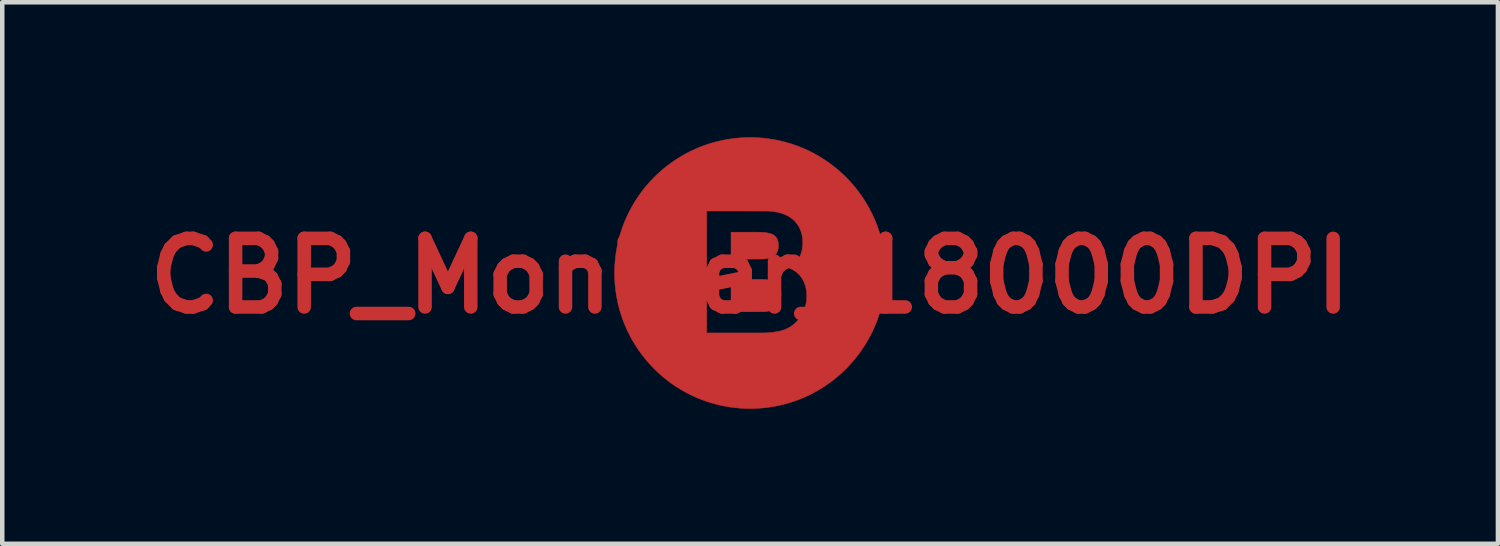
<source format=kicad_pcb>
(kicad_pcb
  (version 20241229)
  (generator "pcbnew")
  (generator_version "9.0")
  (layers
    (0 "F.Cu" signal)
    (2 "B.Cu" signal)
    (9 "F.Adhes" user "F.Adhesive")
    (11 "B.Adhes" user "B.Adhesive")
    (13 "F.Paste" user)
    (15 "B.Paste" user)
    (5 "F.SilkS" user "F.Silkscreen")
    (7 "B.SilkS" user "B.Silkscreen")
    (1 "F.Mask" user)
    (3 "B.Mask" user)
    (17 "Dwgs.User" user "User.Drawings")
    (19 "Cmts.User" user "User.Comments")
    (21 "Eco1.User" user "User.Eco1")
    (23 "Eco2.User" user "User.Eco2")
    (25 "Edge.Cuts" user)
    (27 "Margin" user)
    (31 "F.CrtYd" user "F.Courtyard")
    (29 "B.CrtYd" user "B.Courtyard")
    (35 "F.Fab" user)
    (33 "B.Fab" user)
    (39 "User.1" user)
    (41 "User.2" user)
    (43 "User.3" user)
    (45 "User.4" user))
  (footprint "CBP_Moniker_18000DPI"
    (layer "F.Cu")
    (at 13.614 3.08)
    (property "Reference" "CBP_Moniker_18000DPI" (at 0 0 0) (layer "F.Cu") (effects (font (size 1.524 1.524) (thickness 0.3))))
    (attr through_hole)
    (fp_poly (pts (xy -0.118 -0.972) (xy -0.086 -0.972) (xy -0.054 -0.972) (xy -0.023 -0.972) (xy 0.006 -0.972) (xy 0.034 -0.972) (xy 0.061 -0.972) (xy 0.086 -0.972) (xy 0.11 -0.972) (xy 0.132 -0.972) (xy 0.151 -0.972) (xy 0.169 -0.972) (xy 0.185 -0.971) (xy 0.198 -0.971) (xy 0.209 -0.971) (xy 0.217 -0.971) (xy 0.223 -0.971) (xy 0.223 -0.971) (xy 0.264 -0.969) (xy 0.303 -0.966) (xy 0.339 -0.962) (xy 0.373 -0.957) (xy 0.406 -0.951) (xy 0.437 -0.943) (xy 0.451 -0.94) (xy 0.464 -0.936) (xy 0.476 -0.932) (xy 0.486 -0.929) (xy 0.495 -0.925) (xy 0.503 -0.921) (xy 0.506 -0.919) (xy 0.528 -0.906) (xy 0.547 -0.892) (xy 0.564 -0.875) (xy 0.579 -0.857) (xy 0.592 -0.838) (xy 0.604 -0.816) (xy 0.613 -0.792) (xy 0.62 -0.767) (xy 0.626 -0.739) (xy 0.627 -0.731) (xy 0.628 -0.723) (xy 0.628 -0.714) (xy 0.628 -0.702) (xy 0.629 -0.69) (xy 0.629 -0.676) (xy 0.628 -0.663) (xy 0.628 -0.651) (xy 0.628 -0.639) (xy 0.627 -0.629) (xy 0.626 -0.622) (xy 0.621 -0.593) (xy 0.614 -0.567) (xy 0.606 -0.544) (xy 0.596 -0.522) (xy 0.584 -0.502) (xy 0.57 -0.484) (xy 0.554 -0.467) (xy 0.536 -0.453) (xy 0.516 -0.439) (xy 0.515 -0.439) (xy 0.492 -0.426) (xy 0.467 -0.415) (xy 0.441 -0.405) (xy 0.413 -0.396) (xy 0.383 -0.389) (xy 0.351 -0.383) (xy 0.317 -0.378) (xy 0.301 -0.377) (xy 0.299 -0.376) (xy 0.295 -0.376) (xy 0.289 -0.376) (xy 0.282 -0.376) (xy 0.274 -0.376) (xy 0.263 -0.376) (xy 0.251 -0.375) (xy 0.238 -0.375) (xy 0.222 -0.375) (xy 0.204 -0.375) (xy 0.184 -0.375) (xy 0.162 -0.375) (xy 0.138 -0.375) (xy 0.111 -0.375) (xy 0.082 -0.375) (xy 0.051 -0.375) (xy 0.017 -0.374) (xy -0.02 -0.374) (xy -0.059 -0.374) (xy -0.069 -0.374) (xy -0.423 -0.374) (xy -0.423 -0.972) (xy -0.118 -0.972)) (stroke (width 0.01) (type solid)) (fill yes) (layer "F.Cu"))
    (fp_poly (pts (xy -0.065 0.075) (xy -0.023 0.075) (xy 0.016 0.075) (xy 0.052 0.075) (xy 0.085 0.076) (xy 0.116 0.076) (xy 0.144 0.076) (xy 0.17 0.076) (xy 0.194 0.076) (xy 0.215 0.076) (xy 0.234 0.076) (xy 0.251 0.076) (xy 0.265 0.076) (xy 0.278 0.077) (xy 0.288 0.077) (xy 0.297 0.077) (xy 0.304 0.077) (xy 0.309 0.077) (xy 0.312 0.077) (xy 0.313 0.077) (xy 0.336 0.08) (xy 0.357 0.082) (xy 0.375 0.084) (xy 0.392 0.087) (xy 0.408 0.089) (xy 0.423 0.092) (xy 0.431 0.094) (xy 0.462 0.102) (xy 0.492 0.112) (xy 0.519 0.124) (xy 0.545 0.137) (xy 0.568 0.152) (xy 0.589 0.169) (xy 0.599 0.178) (xy 0.618 0.198) (xy 0.634 0.218) (xy 0.647 0.241) (xy 0.659 0.264) (xy 0.669 0.29) (xy 0.676 0.317) (xy 0.682 0.346) (xy 0.684 0.361) (xy 0.685 0.371) (xy 0.685 0.382) (xy 0.685 0.396) (xy 0.686 0.41) (xy 0.686 0.425) (xy 0.685 0.44) (xy 0.685 0.454) (xy 0.684 0.467) (xy 0.683 0.478) (xy 0.682 0.484) (xy 0.677 0.518) (xy 0.669 0.549) (xy 0.66 0.579) (xy 0.649 0.607) (xy 0.635 0.632) (xy 0.62 0.656) (xy 0.603 0.678) (xy 0.583 0.698) (xy 0.562 0.716) (xy 0.539 0.732) (xy 0.513 0.746) (xy 0.507 0.749) (xy 0.49 0.757) (xy 0.472 0.764) (xy 0.454 0.77) (xy 0.434 0.776) (xy 0.412 0.781) (xy 0.389 0.785) (xy 0.364 0.789) (xy 0.337 0.792) (xy 0.312 0.795) (xy 0.309 0.795) (xy 0.304 0.795) (xy 0.297 0.795) (xy 0.288 0.795) (xy 0.277 0.796) (xy 0.264 0.796) (xy 0.249 0.796) (xy 0.231 0.796) (xy 0.212 0.796) (xy 0.19 0.796) (xy 0.165 0.796) (xy 0.138 0.796) (xy 0.109 0.796) (xy 0.077 0.797) (xy 0.042 0.797) (xy 0.005 0.797) (xy -0.035 0.797) (xy -0.065 0.797) (xy -0.423 0.797) (xy -0.423 0.075) (xy -0.065 0.075)) (stroke (width 0.01) (type solid)) (fill yes) (layer "F.Cu"))
    (fp_poly (pts (xy 0.029 -3.074) (xy 0.047 -3.074) (xy 0.064 -3.074) (xy 0.08 -3.074) (xy 0.093 -3.074) (xy 0.1 -3.074) (xy 0.152 -3.071) (xy 0.201 -3.069) (xy 0.249 -3.065) (xy 0.297 -3.061) (xy 0.298 -3.061) (xy 0.389 -3.05) (xy 0.48 -3.037) (xy 0.57 -3.021) (xy 0.66 -3.003) (xy 0.749 -2.981) (xy 0.837 -2.957) (xy 0.925 -2.931) (xy 1.011 -2.901) (xy 1.097 -2.869) (xy 1.181 -2.835) (xy 1.265 -2.798) (xy 1.348 -2.758) (xy 1.429 -2.715) (xy 1.46 -2.698) (xy 1.54 -2.652) (xy 1.619 -2.604) (xy 1.695 -2.553) (xy 1.77 -2.5) (xy 1.844 -2.445) (xy 1.916 -2.387) (xy 1.986 -2.328) (xy 2.054 -2.266) (xy 2.12 -2.202) (xy 2.185 -2.137) (xy 2.247 -2.069) (xy 2.283 -2.028) (xy 2.341 -1.958) (xy 2.397 -1.887) (xy 2.452 -1.813) (xy 2.504 -1.738) (xy 2.553 -1.661) (xy 2.601 -1.583) (xy 2.645 -1.504) (xy 2.688 -1.423) (xy 2.728 -1.341) (xy 2.765 -1.258) (xy 2.8 -1.175) (xy 2.807 -1.156) (xy 2.839 -1.069) (xy 2.869 -0.982) (xy 2.895 -0.894) (xy 2.919 -0.806) (xy 2.94 -0.717) (xy 2.959 -0.627) (xy 2.974 -0.537) (xy 2.987 -0.447) (xy 2.997 -0.355) (xy 3.005 -0.264) (xy 3.009 -0.172) (xy 3.011 -0.08) (xy 3.01 0.013) (xy 3.006 0.106) (xy 3 0.199) (xy 2.999 0.213) (xy 2.989 0.303) (xy 2.977 0.393) (xy 2.962 0.483) (xy 2.944 0.572) (xy 2.923 0.66) (xy 2.9 0.748) (xy 2.874 0.835) (xy 2.846 0.922) (xy 2.815 1.007) (xy 2.781 1.092) (xy 2.745 1.175) (xy 2.706 1.258) (xy 2.665 1.339) (xy 2.621 1.419) (xy 2.58 1.489) (xy 2.531 1.567) (xy 2.48 1.644) (xy 2.427 1.718) (xy 2.371 1.791) (xy 2.314 1.863) (xy 2.254 1.932) (xy 2.192 2) (xy 2.128 2.066) (xy 2.062 2.13) (xy 1.994 2.192) (xy 1.924 2.252) (xy 1.853 2.309) (xy 1.811 2.341) (xy 1.744 2.39) (xy 1.676 2.437) (xy 1.607 2.482) (xy 1.535 2.526) (xy 1.462 2.568) (xy 1.433 2.584) (xy 1.42 2.591) (xy 1.405 2.599) (xy 1.389 2.608) (xy 1.371 2.617) (xy 1.353 2.626) (xy 1.334 2.635) (xy 1.315 2.645) (xy 1.297 2.653) (xy 1.28 2.662) (xy 1.265 2.669) (xy 1.251 2.675) (xy 1.249 2.676) (xy 1.164 2.713) (xy 1.078 2.748) (xy 0.992 2.779) (xy 0.905 2.808) (xy 0.817 2.834) (xy 0.729 2.858) (xy 0.64 2.878) (xy 0.55 2.896) (xy 0.459 2.911) (xy 0.368 2.924) (xy 0.276 2.934) (xy 0.184 2.941) (xy 0.159 2.942) (xy 0.134 2.943) (xy 0.107 2.944) (xy 0.078 2.945) (xy 0.048 2.946) (xy 0.019 2.946) (xy -0.011 2.946) (xy -0.038 2.946) (xy -0.064 2.946) (xy -0.073 2.945) (xy -0.165 2.942) (xy -0.258 2.935) (xy -0.349 2.926) (xy -0.441 2.914) (xy -0.531 2.899) (xy -0.621 2.882) (xy -0.71 2.862) (xy -0.798 2.839) (xy -0.886 2.814) (xy -0.972 2.786) (xy -1.058 2.755) (xy -1.143 2.722) (xy -1.227 2.686) (xy -1.31 2.647) (xy -1.391 2.606) (xy -1.472 2.562) (xy -1.543 2.521) (xy -1.622 2.472) (xy -1.699 2.421) (xy -1.774 2.368) (xy -1.848 2.312) (xy -1.919 2.255) (xy -1.989 2.195) (xy -2.057 2.134) (xy -2.123 2.07) (xy -2.187 2.004) (xy -2.249 1.936) (xy -2.309 1.867) (xy -2.367 1.795) (xy -2.423 1.722) (xy -2.477 1.647) (xy -2.509 1.599) (xy -2.559 1.521) (xy -2.606 1.443) (xy -2.651 1.362) (xy -2.693 1.281) (xy -2.7 1.267) (xy -0.964 1.267) (xy -0.326 1.267) (xy -0.271 1.267) (xy -0.219 1.267) (xy -0.169 1.267) (xy -0.121 1.267) (xy -0.075 1.267) (xy -0.031 1.267) (xy 0.011 1.267) (xy 0.05 1.267) (xy 0.087 1.267) (xy 0.122 1.267) (xy 0.155 1.267) (xy 0.185 1.267) (xy 0.213 1.267) (xy 0.238 1.267) (xy 0.261 1.266) (xy 0.281 1.266) (xy 0.298 1.266) (xy 0.313 1.266) (xy 0.326 1.266) (xy 0.335 1.266) (xy 0.342 1.266) (xy 0.346 1.266) (xy 0.401 1.263) (xy 0.455 1.258) (xy 0.508 1.253) (xy 0.558 1.245) (xy 0.607 1.237) (xy 0.631 1.232) (xy 0.677 1.222) (xy 0.721 1.21) (xy 0.762 1.196) (xy 0.802 1.179) (xy 0.841 1.161) (xy 0.878 1.141) (xy 0.913 1.118) (xy 0.948 1.093) (xy 0.982 1.066) (xy 0.984 1.064) (xy 0.992 1.058) (xy 1 1.05) (xy 1.01 1.04) (xy 1.021 1.03) (xy 1.031 1.019) (xy 1.041 1.009) (xy 1.051 0.999) (xy 1.059 0.99) (xy 1.066 0.982) (xy 1.068 0.98) (xy 1.097 0.942) (xy 1.125 0.903) (xy 1.15 0.862) (xy 1.172 0.822) (xy 1.192 0.781) (xy 1.209 0.738) (xy 1.224 0.695) (xy 1.236 0.65) (xy 1.245 0.605) (xy 1.251 0.57) (xy 1.253 0.556) (xy 1.254 0.544) (xy 1.255 0.533) (xy 1.256 0.523) (xy 1.257 0.512) (xy 1.257 0.501) (xy 1.258 0.489) (xy 1.258 0.475) (xy 1.258 0.46) (xy 1.258 0.447) (xy 1.258 0.429) (xy 1.258 0.412) (xy 1.257 0.398) (xy 1.257 0.385) (xy 1.256 0.372) (xy 1.255 0.36) (xy 1.254 0.348) (xy 1.252 0.335) (xy 1.25 0.321) (xy 1.243 0.278) (xy 1.233 0.236) (xy 1.221 0.195) (xy 1.207 0.157) (xy 1.19 0.119) (xy 1.172 0.084) (xy 1.151 0.05) (xy 1.129 0.018) (xy 1.104 -0.013) (xy 1.077 -0.041) (xy 1.071 -0.047) (xy 1.046 -0.07) (xy 1.02 -0.091) (xy 0.993 -0.11) (xy 0.964 -0.128) (xy 0.933 -0.145) (xy 0.901 -0.161) (xy 0.866 -0.176) (xy 0.844 -0.185) (xy 0.843 -0.186) (xy 0.843 -0.186) (xy 0.844 -0.188) (xy 0.847 -0.19) (xy 0.851 -0.192) (xy 0.858 -0.196) (xy 0.86 -0.197) (xy 0.896 -0.218) (xy 0.93 -0.239) (xy 0.961 -0.261) (xy 0.99 -0.284) (xy 1.001 -0.295) (xy 1.027 -0.32) (xy 1.051 -0.347) (xy 1.073 -0.377) (xy 1.092 -0.408) (xy 1.109 -0.44) (xy 1.125 -0.475) (xy 1.138 -0.511) (xy 1.149 -0.549) (xy 1.157 -0.589) (xy 1.164 -0.63) (xy 1.164 -0.632) (xy 1.168 -0.668) (xy 1.17 -0.706) (xy 1.17 -0.745) (xy 1.169 -0.784) (xy 1.167 -0.821) (xy 1.165 -0.841) (xy 1.158 -0.885) (xy 1.149 -0.927) (xy 1.138 -0.968) (xy 1.124 -1.008) (xy 1.108 -1.047) (xy 1.09 -1.084) (xy 1.069 -1.119) (xy 1.046 -1.153) (xy 1.021 -1.185) (xy 1.021 -1.185) (xy 1 -1.209) (xy 0.976 -1.233) (xy 0.951 -1.256) (xy 0.924 -1.278) (xy 0.897 -1.298) (xy 0.892 -1.301) (xy 0.869 -1.315) (xy 0.845 -1.329) (xy 0.819 -1.343) (xy 0.791 -1.356) (xy 0.763 -1.368) (xy 0.735 -1.379) (xy 0.71 -1.388) (xy 0.684 -1.396) (xy 0.657 -1.403) (xy 0.631 -1.41) (xy 0.603 -1.416) (xy 0.575 -1.421) (xy 0.546 -1.426) (xy 0.515 -1.431) (xy 0.482 -1.434) (xy 0.446 -1.438) (xy 0.428 -1.44) (xy 0.425 -1.44) (xy 0.422 -1.44) (xy 0.417 -1.44) (xy 0.411 -1.44) (xy 0.403 -1.44) (xy 0.394 -1.44) (xy 0.384 -1.44) (xy 0.372 -1.441) (xy 0.358 -1.441) (xy 0.342 -1.441) (xy 0.325 -1.441) (xy 0.306 -1.441) (xy 0.285 -1.441) (xy 0.262 -1.441) (xy 0.238 -1.441) (xy 0.211 -1.441) (xy 0.182 -1.441) (xy 0.15 -1.441) (xy 0.117 -1.441) (xy 0.081 -1.441) (xy 0.043 -1.441) (xy 0.003 -1.442) (xy -0.04 -1.442) (xy -0.086 -1.442) (xy -0.134 -1.442) (xy -0.185 -1.442) (xy -0.238 -1.442) (xy -0.278 -1.442) (xy -0.964 -1.442) (xy -0.964 1.267) (xy -2.7 1.267) (xy -2.733 1.199) (xy -2.77 1.115) (xy -2.805 1.031) (xy -2.837 0.945) (xy -2.866 0.859) (xy -2.893 0.772) (xy -2.917 0.684) (xy -2.938 0.595) (xy -2.956 0.505) (xy -2.972 0.415) (xy -2.985 0.324) (xy -2.996 0.233) (xy -3 0.191) (xy -3.003 0.15) (xy -3.005 0.111) (xy -3.007 0.071) (xy -3.009 0.03) (xy -3.009 -0.011) (xy -3.01 -0.055) (xy -3.009 -0.095) (xy -3.009 -0.115) (xy -3.009 -0.133) (xy -3.009 -0.149) (xy -3.008 -0.164) (xy -3.008 -0.177) (xy -3.008 -0.19) (xy -3.007 -0.203) (xy -3.007 -0.216) (xy -3.006 -0.23) (xy -3.005 -0.245) (xy -3.004 -0.262) (xy -3.003 -0.267) (xy -2.996 -0.357) (xy -2.986 -0.448) (xy -2.973 -0.538) (xy -2.958 -0.628) (xy -2.939 -0.717) (xy -2.918 -0.805) (xy -2.895 -0.893) (xy -2.868 -0.98) (xy -2.839 -1.066) (xy -2.808 -1.152) (xy -2.774 -1.236) (xy -2.737 -1.32) (xy -2.697 -1.402) (xy -2.655 -1.484) (xy -2.615 -1.556) (xy -2.569 -1.635) (xy -2.52 -1.712) (xy -2.468 -1.788) (xy -2.414 -1.863) (xy -2.358 -1.936) (xy -2.3 -2.007) (xy -2.265 -2.047) (xy -2.231 -2.085) (xy -2.195 -2.125) (xy -2.157 -2.164) (xy -2.118 -2.203) (xy -2.079 -2.242) (xy -2.039 -2.279) (xy -2 -2.314) (xy -1.982 -2.33) (xy -1.912 -2.39) (xy -1.84 -2.447) (xy -1.766 -2.502) (xy -1.691 -2.555) (xy -1.615 -2.605) (xy -1.537 -2.653) (xy -1.458 -2.699) (xy -1.378 -2.742) (xy -1.296 -2.782) (xy -1.214 -2.82) (xy -1.13 -2.856) (xy -1.045 -2.889) (xy -0.959 -2.919) (xy -0.873 -2.947) (xy -0.785 -2.972) (xy -0.696 -2.994) (xy -0.607 -3.014) (xy -0.548 -3.025) (xy -0.5 -3.034) (xy -0.452 -3.041) (xy -0.404 -3.048) (xy -0.356 -3.054) (xy -0.308 -3.059) (xy -0.258 -3.064) (xy -0.206 -3.068) (xy -0.152 -3.071) (xy -0.141 -3.072) (xy -0.131 -3.073) (xy -0.118 -3.073) (xy -0.103 -3.073) (xy -0.086 -3.074) (xy -0.068 -3.074) (xy -0.049 -3.074) (xy -0.029 -3.074) (xy -0.01 -3.074) (xy 0.01 -3.075) (xy 0.029 -3.074)) (stroke (width 0.01) (type solid)) (fill yes) (layer "F.Cu")))
  (gr_rect
    (start -3 -3)
    (end 30.229 9.031)
    (stroke (width 0.1) (type default))
    (fill no)
    (layer "Edge.Cuts")))
</source>
